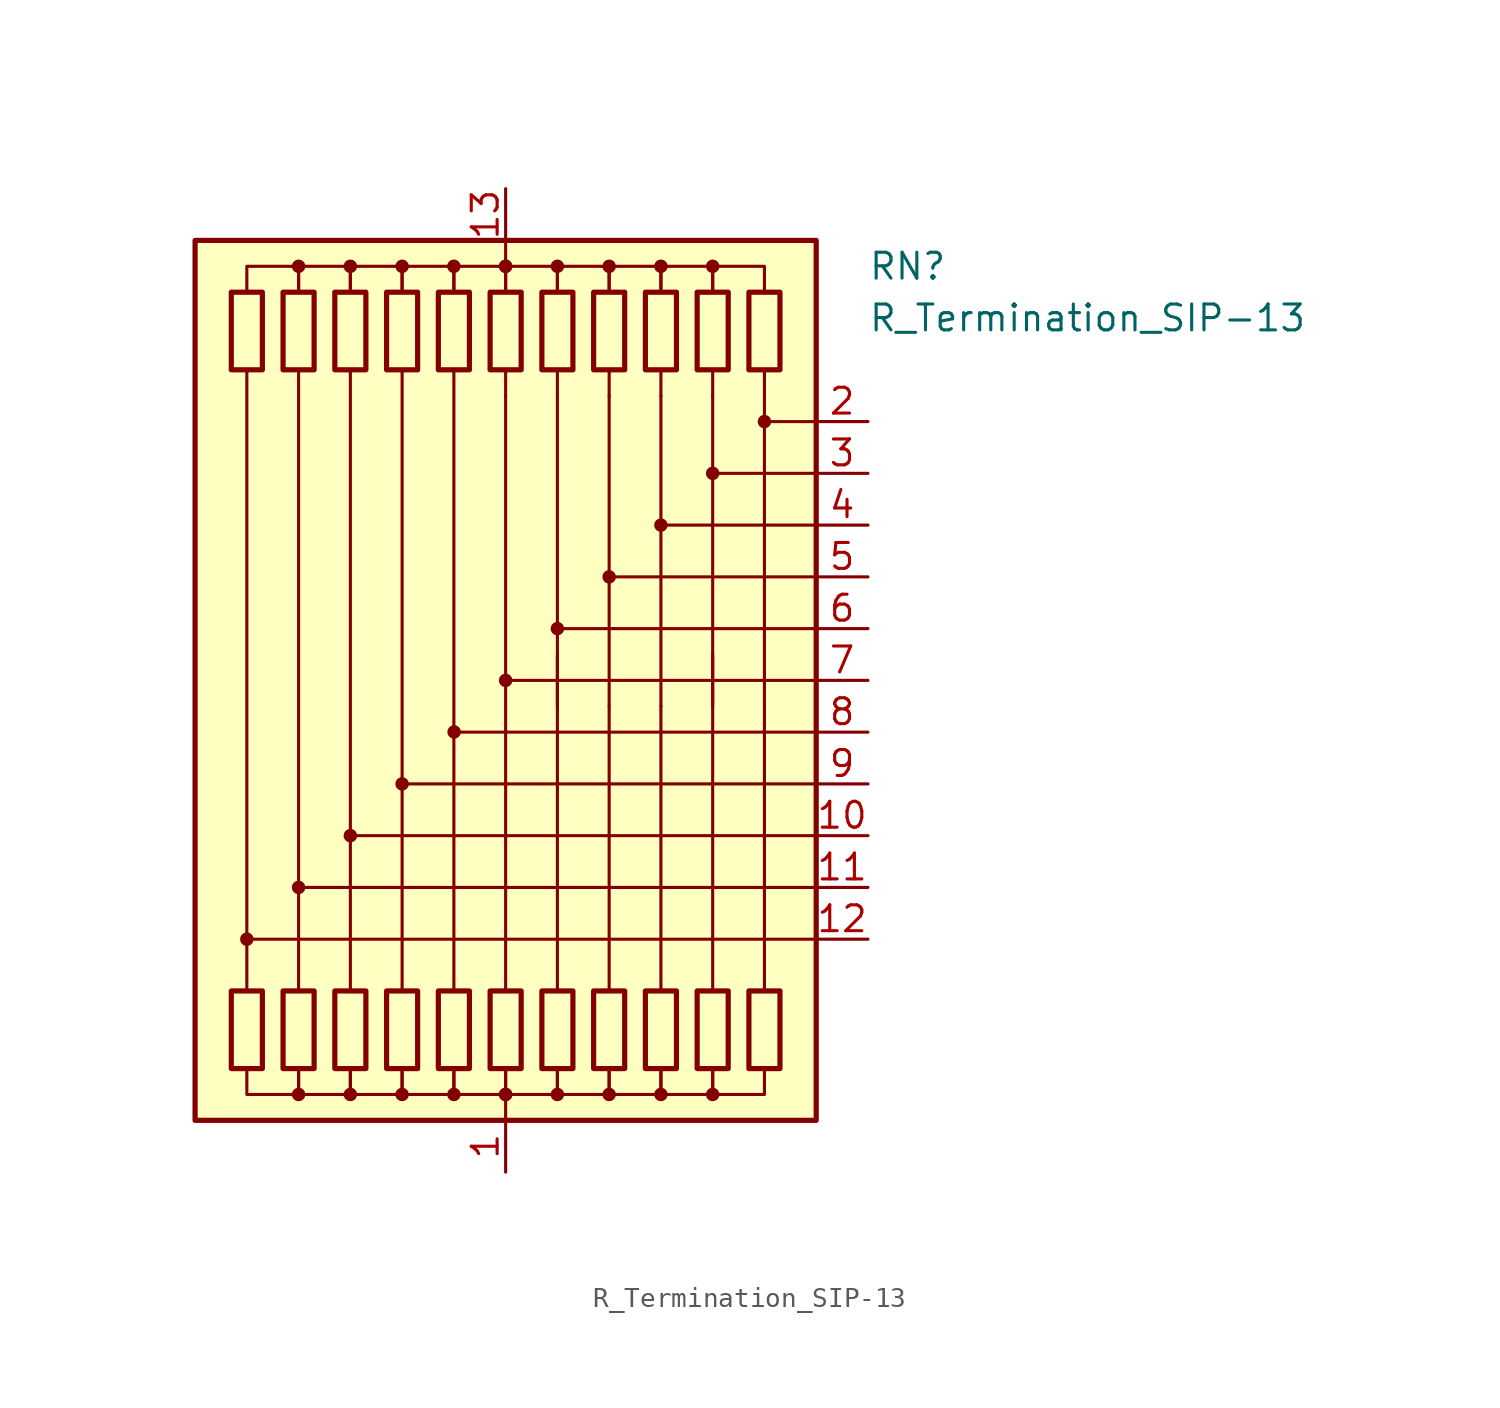
<source format=kicad_sym>
(kicad_symbol_lib
  (version 20211014)
  (generator kicad_symbol_editor)
  (symbol "R_Termination_SIP-13"
    (pin_names
      (offset 0.002) hide)
    (property "Reference" "RN"
      (at 17.78 20.32 0)
      (effects (font (size 1.27 1.27)) (justify left)))
    (property "Value" "R_Termination_SIP-13"
      (at 17.78 17.78 0)
      (effects (font (size 1.27 1.27)) (justify left)))
    (symbol "R_Termination_SIP-13_0_1"
      (rectangle (start -15.24 21.59) (end 15.24 -21.59) (stroke (width 0.254) (type default) (color 0 0 0 0)) (fill (type background)))
      (rectangle (start -13.462 19.05) (end -11.938 15.24) (stroke (width 0.254) (type default) (color 0 0 0 0)) (fill (type none)))
      (circle (center -12.7 -12.7) (radius 0.254) (stroke (width 0) (type default) (color 0 0 0 0)) (fill (type outline)))
      (rectangle (start -11.938 -19.05) (end -13.462 -15.24) (stroke (width 0.254) (type default) (color 0 0 0 0)) (fill (type none)))
      (rectangle (start -10.922 19.05) (end -9.398 15.24) (stroke (width 0.254) (type default) (color 0 0 0 0)) (fill (type none)))
      (circle (center -10.16 -20.32) (radius 0.254) (stroke (width 0) (type default) (color 0 0 0 0)) (fill (type outline)))
      (circle (center -10.16 -10.16) (radius 0.254) (stroke (width 0) (type default) (color 0 0 0 0)) (fill (type outline)))
      (circle (center -10.16 20.32) (radius 0.254) (stroke (width 0) (type default) (color 0 0 0 0)) (fill (type outline)))
      (rectangle (start -9.398 -19.05) (end -10.922 -15.24) (stroke (width 0.254) (type default) (color 0 0 0 0)) (fill (type none)))
      (rectangle (start -8.382 19.05) (end -6.858 15.24) (stroke (width 0.254) (type default) (color 0 0 0 0)) (fill (type none)))
      (circle (center -7.62 -20.32) (radius 0.254) (stroke (width 0) (type default) (color 0 0 0 0)) (fill (type outline)))
      (circle (center -7.62 -7.62) (radius 0.254) (stroke (width 0) (type default) (color 0 0 0 0)) (fill (type outline)))
      (circle (center -7.62 20.32) (radius 0.254) (stroke (width 0) (type default) (color 0 0 0 0)) (fill (type outline)))
      (rectangle (start -6.858 -19.05) (end -8.382 -15.24) (stroke (width 0.254) (type default) (color 0 0 0 0)) (fill (type none)))
      (rectangle (start -5.842 19.05) (end -4.318 15.24) (stroke (width 0.254) (type default) (color 0 0 0 0)) (fill (type none)))
      (circle (center -5.08 -20.32) (radius 0.254) (stroke (width 0) (type default) (color 0 0 0 0)) (fill (type outline)))
      (circle (center -5.08 -5.08) (radius 0.254) (stroke (width 0) (type default) (color 0 0 0 0)) (fill (type outline)))
      (circle (center -5.08 20.32) (radius 0.254) (stroke (width 0) (type default) (color 0 0 0 0)) (fill (type outline)))
      (rectangle (start -4.318 -19.05) (end -5.842 -15.24) (stroke (width 0.254) (type default) (color 0 0 0 0)) (fill (type none)))
      (rectangle (start -3.302 19.05) (end -1.778 15.24) (stroke (width 0.254) (type default) (color 0 0 0 0)) (fill (type none)))
      (circle (center -2.54 -20.32) (radius 0.254) (stroke (width 0) (type default) (color 0 0 0 0)) (fill (type outline)))
      (circle (center -2.54 20.32) (radius 0.254) (stroke (width 0) (type default) (color 0 0 0 0)) (fill (type outline)))
      (circle (center -2.528 -2.529) (radius 0.254) (stroke (width 0) (type default) (color 0 0 0 0)) (fill (type outline)))
      (rectangle (start -1.778 -19.05) (end -3.302 -15.24) (stroke (width 0.254) (type default) (color 0 0 0 0)) (fill (type none)))
      (rectangle (start -0.762 19.05) (end 0.762 15.24) (stroke (width 0.254) (type default) (color 0 0 0 0)) (fill (type none)))
      (circle (center 0 -20.32) (radius 0.254) (stroke (width 0) (type default) (color 0 0 0 0)) (fill (type outline)))
      (circle (center 0 -20.32) (radius 0.254) (stroke (width 0) (type default) (color 0 0 0 0)) (fill (type outline)))
      (polyline (pts (xy -12.7 15.24) (xy -12.7 -15.24)) (stroke (width 0) (type default) (color 0 0 0 0)) (fill (type none)))
      (polyline (pts (xy -10.16 15.24) (xy -10.16 -15.24)) (stroke (width 0) (type default) (color 0 0 0 0)) (fill (type none)))
      (polyline (pts (xy -7.62 15.24) (xy -7.62 -15.24)) (stroke (width 0) (type default) (color 0 0 0 0)) (fill (type none)))
      (polyline (pts (xy -5.08 15.24) (xy -5.08 -15.24)) (stroke (width 0) (type default) (color 0 0 0 0)) (fill (type none)))
      (polyline (pts (xy -2.54 15.24) (xy -2.54 -15.24)) (stroke (width 0) (type default) (color 0 0 0 0)) (fill (type none)))
      (polyline (pts (xy 0 -21.59) (xy 0 -20.32)) (stroke (width 0) (type default) (color 0 0 0 0)) (fill (type none)))
      (polyline (pts (xy 0 -15.24) (xy 0 -1.27)) (stroke (width 0) (type default) (color 0 0 0 0)) (fill (type none)))
      (polyline (pts (xy 0 13.97) (xy 0 -1.27)) (stroke (width 0.152) (type default) (color 0 0 0 0)) (fill (type none)))
      (polyline (pts (xy 0 15.24) (xy 0 13.97)) (stroke (width 0) (type default) (color 0 0 0 0)) (fill (type none)))
      (polyline (pts (xy 0 21.59) (xy 0 20.32)) (stroke (width 0) (type default) (color 0 0 0 0)) (fill (type none)))
      (polyline (pts (xy 2.54 -15.24) (xy 2.54 1.27)) (stroke (width 0) (type default) (color 0 0 0 0)) (fill (type none)))
      (polyline (pts (xy 2.54 13.97) (xy 2.54 -1.27)) (stroke (width 0.152) (type default) (color 0 0 0 0)) (fill (type none)))
      (polyline (pts (xy 2.54 15.24) (xy 2.54 13.97)) (stroke (width 0) (type default) (color 0 0 0 0)) (fill (type none)))
      (polyline (pts (xy 5.08 -15.24) (xy 5.08 -1.27)) (stroke (width 0) (type default) (color 0 0 0 0)) (fill (type none)))
      (polyline (pts (xy 5.08 13.97) (xy 5.08 -1.27)) (stroke (width 0.152) (type default) (color 0 0 0 0)) (fill (type none)))
      (polyline (pts (xy 5.08 15.24) (xy 5.08 13.97)) (stroke (width 0) (type default) (color 0 0 0 0)) (fill (type none)))
      (polyline (pts (xy 7.62 -15.24) (xy 7.62 -1.27)) (stroke (width 0) (type default) (color 0 0 0 0)) (fill (type none)))
      (polyline (pts (xy 7.62 13.97) (xy 7.62 -1.27)) (stroke (width 0.152) (type default) (color 0 0 0 0)) (fill (type none)))
      (polyline (pts (xy 7.62 15.24) (xy 7.62 13.97)) (stroke (width 0) (type default) (color 0 0 0 0)) (fill (type none)))
      (polyline (pts (xy 10.16 -15.24) (xy 10.16 1.27)) (stroke (width 0) (type default) (color 0 0 0 0)) (fill (type none)))
      (polyline (pts (xy 10.16 13.97) (xy 10.16 -1.27)) (stroke (width 0.152) (type default) (color 0 0 0 0)) (fill (type none)))
      (polyline (pts (xy 10.16 15.24) (xy 10.16 13.97)) (stroke (width 0) (type default) (color 0 0 0 0)) (fill (type none)))
      (polyline (pts (xy 12.7 -15.24) (xy 12.7 -1.27)) (stroke (width 0) (type default) (color 0 0 0 0)) (fill (type none)))
      (polyline (pts (xy 12.7 13.97) (xy 12.7 -1.27)) (stroke (width 0.152) (type default) (color 0 0 0 0)) (fill (type none)))
      (polyline (pts (xy 12.7 15.24) (xy 12.7 13.97)) (stroke (width 0) (type default) (color 0 0 0 0)) (fill (type none)))
      (polyline (pts (xy 15.24 -12.7) (xy -12.7 -12.7)) (stroke (width 0.152) (type default) (color 0 0 0 0)) (fill (type none)))
      (polyline (pts (xy 15.24 -10.16) (xy -10.16 -10.16)) (stroke (width 0.152) (type default) (color 0 0 0 0)) (fill (type none)))
      (polyline (pts (xy 15.24 -7.62) (xy -7.62 -7.62)) (stroke (width 0.152) (type default) (color 0 0 0 0)) (fill (type none)))
      (polyline (pts (xy 15.24 -5.08) (xy -5.08 -5.08)) (stroke (width 0.152) (type default) (color 0 0 0 0)) (fill (type none)))
      (polyline (pts (xy 15.24 -2.54) (xy -2.54 -2.54)) (stroke (width 0.152) (type default) (color 0 0 0 0)) (fill (type none)))
      (polyline (pts (xy 15.24 0) (xy 0 0)) (stroke (width 0.152) (type default) (color 0 0 0 0)) (fill (type none)))
      (polyline (pts (xy 15.24 2.54) (xy 2.54 2.54)) (stroke (width 0.152) (type default) (color 0 0 0 0)) (fill (type none)))
      (polyline (pts (xy 15.24 5.08) (xy 5.08 5.08)) (stroke (width 0.152) (type default) (color 0 0 0 0)) (fill (type none)))
      (polyline (pts (xy 15.24 7.62) (xy 7.62 7.62)) (stroke (width 0.152) (type default) (color 0 0 0 0)) (fill (type none)))
      (polyline (pts (xy 15.24 10.16) (xy 10.16 10.16)) (stroke (width 0.152) (type default) (color 0 0 0 0)) (fill (type none)))
      (polyline (pts (xy 15.24 12.7) (xy 12.7 12.7)) (stroke (width 0.152) (type default) (color 0 0 0 0)) (fill (type none)))
      (polyline (pts (xy -12.7 19.05) (xy -12.7 20.32) (xy -10.16 20.32) (xy -10.16 19.05)) (stroke (width 0) (type default) (color 0 0 0 0)) (fill (type none)))
      (polyline (pts (xy -10.16 -19.05) (xy -10.16 -20.32) (xy -12.7 -20.32) (xy -12.7 -19.05)) (stroke (width 0) (type default) (color 0 0 0 0)) (fill (type none)))
      (polyline (pts (xy -10.16 19.05) (xy -10.16 20.32) (xy -7.62 20.32) (xy -7.62 19.05)) (stroke (width 0) (type default) (color 0 0 0 0)) (fill (type none)))
      (polyline (pts (xy -7.62 -19.05) (xy -7.62 -20.32) (xy -10.16 -20.32) (xy -10.16 -19.05)) (stroke (width 0) (type default) (color 0 0 0 0)) (fill (type none)))
      (polyline (pts (xy -7.62 19.05) (xy -7.62 20.32) (xy -5.08 20.32) (xy -5.08 19.05)) (stroke (width 0) (type default) (color 0 0 0 0)) (fill (type none)))
      (polyline (pts (xy -5.08 -19.05) (xy -5.08 -20.32) (xy -7.62 -20.32) (xy -7.62 -19.05)) (stroke (width 0) (type default) (color 0 0 0 0)) (fill (type none)))
      (polyline (pts (xy -5.08 19.05) (xy -5.08 20.32) (xy -2.54 20.32) (xy -2.54 19.05)) (stroke (width 0) (type default) (color 0 0 0 0)) (fill (type none)))
      (polyline (pts (xy -2.54 -19.05) (xy -2.54 -20.32) (xy -5.08 -20.32) (xy -5.08 -19.05)) (stroke (width 0) (type default) (color 0 0 0 0)) (fill (type none)))
      (polyline (pts (xy -2.54 19.05) (xy -2.54 20.32) (xy 0 20.32) (xy 0 19.05)) (stroke (width 0) (type default) (color 0 0 0 0)) (fill (type none)))
      (polyline (pts (xy 0 -19.05) (xy 0 -20.32) (xy -2.54 -20.32) (xy -2.54 -19.05)) (stroke (width 0) (type default) (color 0 0 0 0)) (fill (type none)))
      (polyline (pts (xy 0 19.05) (xy 0 20.32) (xy 2.54 20.32) (xy 2.54 19.05)) (stroke (width 0) (type default) (color 0 0 0 0)) (fill (type none)))
      (polyline (pts (xy 2.54 -19.05) (xy 2.54 -20.32) (xy 0 -20.32) (xy 0 -19.05)) (stroke (width 0) (type default) (color 0 0 0 0)) (fill (type none)))
      (polyline (pts (xy 2.54 19.05) (xy 2.54 20.32) (xy 5.08 20.32) (xy 5.08 19.05)) (stroke (width 0) (type default) (color 0 0 0 0)) (fill (type none)))
      (polyline (pts (xy 5.08 -19.05) (xy 5.08 -20.32) (xy 2.54 -20.32) (xy 2.54 -19.05)) (stroke (width 0) (type default) (color 0 0 0 0)) (fill (type none)))
      (polyline (pts (xy 5.08 19.05) (xy 5.08 20.32) (xy 7.62 20.32) (xy 7.62 19.05)) (stroke (width 0) (type default) (color 0 0 0 0)) (fill (type none)))
      (polyline (pts (xy 7.62 -19.05) (xy 7.62 -20.32) (xy 5.08 -20.32) (xy 5.08 -19.05)) (stroke (width 0) (type default) (color 0 0 0 0)) (fill (type none)))
      (polyline (pts (xy 7.62 19.05) (xy 7.62 20.32) (xy 10.16 20.32) (xy 10.16 19.05)) (stroke (width 0) (type default) (color 0 0 0 0)) (fill (type none)))
      (polyline (pts (xy 10.16 -19.05) (xy 10.16 -20.32) (xy 7.62 -20.32) (xy 7.62 -19.05)) (stroke (width 0) (type default) (color 0 0 0 0)) (fill (type none)))
      (polyline (pts (xy 10.16 19.05) (xy 10.16 20.32) (xy 12.7 20.32) (xy 12.7 19.05)) (stroke (width 0) (type default) (color 0 0 0 0)) (fill (type none)))
      (polyline (pts (xy 12.7 -19.05) (xy 12.7 -20.32) (xy 10.16 -20.32) (xy 10.16 -19.05)) (stroke (width 0) (type default) (color 0 0 0 0)) (fill (type none)))
      (circle (center 0 0) (radius 0.254) (stroke (width 0) (type default) (color 0 0 0 0)) (fill (type outline)))
      (circle (center 0 20.32) (radius 0.254) (stroke (width 0) (type default) (color 0 0 0 0)) (fill (type outline)))
      (circle (center 0 20.32) (radius 0.254) (stroke (width 0) (type default) (color 0 0 0 0)) (fill (type outline)))
      (rectangle (start 0.762 -19.05) (end -0.762 -15.24) (stroke (width 0.254) (type default) (color 0 0 0 0)) (fill (type none)))
      (rectangle (start 1.778 19.05) (end 3.302 15.24) (stroke (width 0.254) (type default) (color 0 0 0 0)) (fill (type none)))
      (circle (center 2.54 -20.32) (radius 0.254) (stroke (width 0) (type default) (color 0 0 0 0)) (fill (type outline)))
      (circle (center 2.54 2.54) (radius 0.254) (stroke (width 0) (type default) (color 0 0 0 0)) (fill (type outline)))
      (circle (center 2.54 20.32) (radius 0.254) (stroke (width 0) (type default) (color 0 0 0 0)) (fill (type outline)))
      (rectangle (start 3.302 -19.05) (end 1.778 -15.24) (stroke (width 0.254) (type default) (color 0 0 0 0)) (fill (type none)))
      (rectangle (start 4.318 19.05) (end 5.842 15.24) (stroke (width 0.254) (type default) (color 0 0 0 0)) (fill (type none)))
      (circle (center 5.08 -20.32) (radius 0.254) (stroke (width 0) (type default) (color 0 0 0 0)) (fill (type outline)))
      (circle (center 5.08 5.08) (radius 0.254) (stroke (width 0) (type default) (color 0 0 0 0)) (fill (type outline)))
      (circle (center 5.08 20.32) (radius 0.254) (stroke (width 0) (type default) (color 0 0 0 0)) (fill (type outline)))
      (rectangle (start 5.842 -19.05) (end 4.318 -15.24) (stroke (width 0.254) (type default) (color 0 0 0 0)) (fill (type none)))
      (rectangle (start 6.858 19.05) (end 8.382 15.24) (stroke (width 0.254) (type default) (color 0 0 0 0)) (fill (type none)))
      (circle (center 7.62 -20.32) (radius 0.254) (stroke (width 0) (type default) (color 0 0 0 0)) (fill (type outline)))
      (circle (center 7.62 7.62) (radius 0.254) (stroke (width 0) (type default) (color 0 0 0 0)) (fill (type outline)))
      (circle (center 7.62 20.32) (radius 0.254) (stroke (width 0) (type default) (color 0 0 0 0)) (fill (type outline)))
      (rectangle (start 8.382 -19.05) (end 6.858 -15.24) (stroke (width 0.254) (type default) (color 0 0 0 0)) (fill (type none)))
      (rectangle (start 9.398 19.05) (end 10.922 15.24) (stroke (width 0.254) (type default) (color 0 0 0 0)) (fill (type none)))
      (circle (center 10.16 -20.32) (radius 0.254) (stroke (width 0) (type default) (color 0 0 0 0)) (fill (type outline)))
      (circle (center 10.16 10.16) (radius 0.254) (stroke (width 0) (type default) (color 0 0 0 0)) (fill (type outline)))
      (circle (center 10.16 20.32) (radius 0.254) (stroke (width 0) (type default) (color 0 0 0 0)) (fill (type outline)))
      (rectangle (start 10.922 -19.05) (end 9.398 -15.24) (stroke (width 0.254) (type default) (color 0 0 0 0)) (fill (type none)))
      (rectangle (start 11.938 19.05) (end 13.462 15.24) (stroke (width 0.254) (type default) (color 0 0 0 0)) (fill (type none)))
      (circle (center 12.7 12.7) (radius 0.254) (stroke (width 0) (type default) (color 0 0 0 0)) (fill (type outline)))
      (rectangle (start 13.462 -19.05) (end 11.938 -15.24) (stroke (width 0.254) (type default) (color 0 0 0 0)) (fill (type none))))
    (symbol "R_Termination_SIP-13_1_1"
      (pin passive line (at 0 -24.13 90) (length 2.54) (name "common" (effects (font (size 1.27 1.27)))) (number "1" (effects (font (size 1.27 1.27)))))
      (pin passive line (at 17.78 -7.62 180) (length 2.54) (name "R10" (effects (font (size 1.27 1.27)))) (number "10" (effects (font (size 1.27 1.27)))))
      (pin passive line (at 17.78 -10.16 180) (length 2.54) (name "R11" (effects (font (size 1.27 1.27)))) (number "11" (effects (font (size 1.27 1.27)))))
      (pin passive line (at 17.78 -12.7 180) (length 2.54) (name "R12" (effects (font (size 1.27 1.27)))) (number "12" (effects (font (size 1.27 1.27)))))
      (pin passive line (at 0 24.13 270) (length 2.54) (name "common" (effects (font (size 1.27 1.27)))) (number "13" (effects (font (size 1.27 1.27)))))
      (pin passive line (at 17.78 12.7 180) (length 2.54) (name "R2" (effects (font (size 1.27 1.27)))) (number "2" (effects (font (size 1.27 1.27)))))
      (pin passive line (at 17.78 10.16 180) (length 2.54) (name "R3" (effects (font (size 1.27 1.27)))) (number "3" (effects (font (size 1.27 1.27)))))
      (pin passive line (at 17.78 7.62 180) (length 2.54) (name "R4" (effects (font (size 1.27 1.27)))) (number "4" (effects (font (size 1.27 1.27)))))
      (pin passive line (at 17.78 5.08 180) (length 2.54) (name "R5" (effects (font (size 1.27 1.27)))) (number "5" (effects (font (size 1.27 1.27)))))
      (pin passive line (at 17.78 2.54 180) (length 2.54) (name "R6" (effects (font (size 1.27 1.27)))) (number "6" (effects (font (size 1.27 1.27)))))
      (pin passive line (at 17.78 0 180) (length 2.54) (name "R7" (effects (font (size 1.27 1.27)))) (number "7" (effects (font (size 1.27 1.27)))))
      (pin passive line (at 17.78 -2.54 180) (length 2.54) (name "R8" (effects (font (size 1.27 1.27)))) (number "8" (effects (font (size 1.27 1.27)))))
      (pin passive line (at 17.78 -5.08 180) (length 2.54) (name "R9" (effects (font (size 1.27 1.27)))) (number "9" (effects (font (size 1.27 1.27))))))))
</source>
